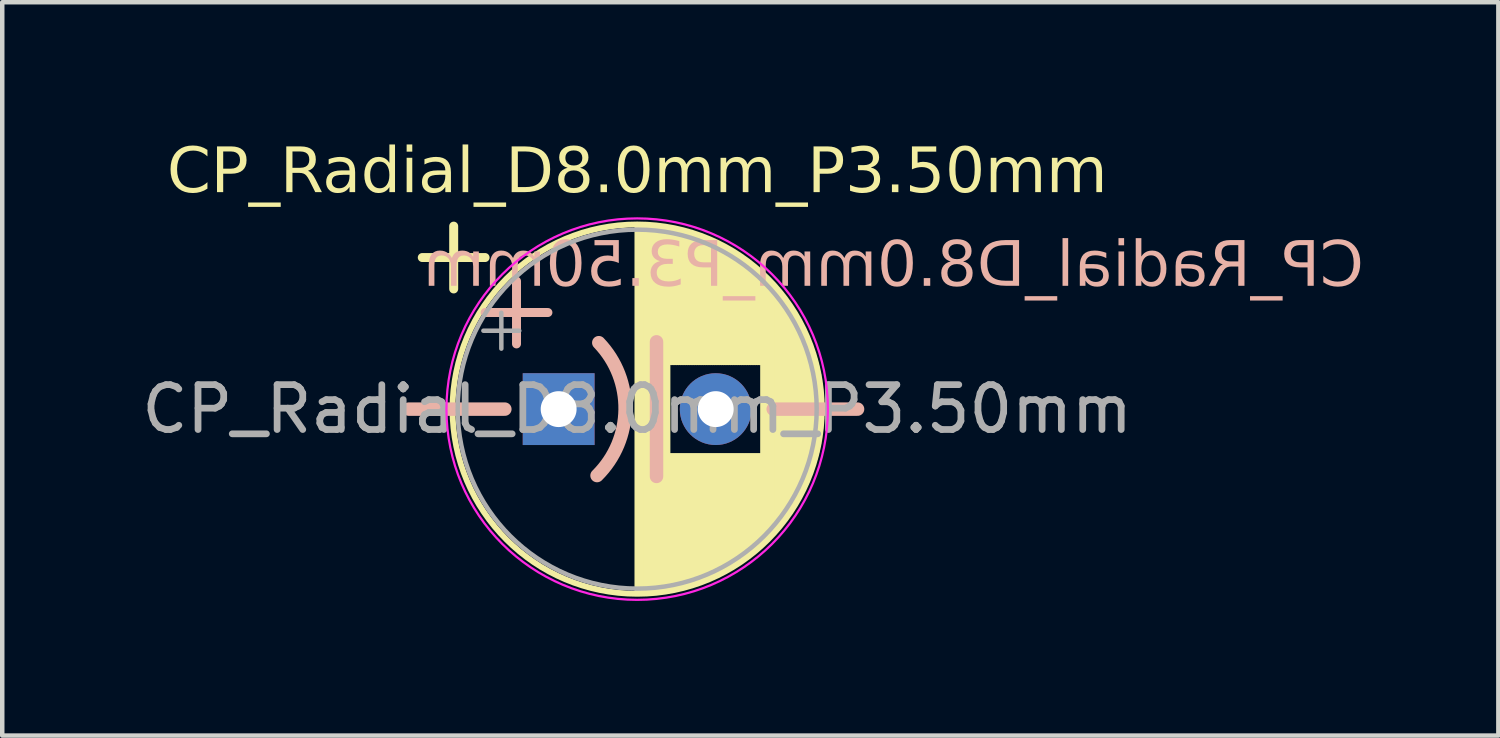
<source format=kicad_pcb>
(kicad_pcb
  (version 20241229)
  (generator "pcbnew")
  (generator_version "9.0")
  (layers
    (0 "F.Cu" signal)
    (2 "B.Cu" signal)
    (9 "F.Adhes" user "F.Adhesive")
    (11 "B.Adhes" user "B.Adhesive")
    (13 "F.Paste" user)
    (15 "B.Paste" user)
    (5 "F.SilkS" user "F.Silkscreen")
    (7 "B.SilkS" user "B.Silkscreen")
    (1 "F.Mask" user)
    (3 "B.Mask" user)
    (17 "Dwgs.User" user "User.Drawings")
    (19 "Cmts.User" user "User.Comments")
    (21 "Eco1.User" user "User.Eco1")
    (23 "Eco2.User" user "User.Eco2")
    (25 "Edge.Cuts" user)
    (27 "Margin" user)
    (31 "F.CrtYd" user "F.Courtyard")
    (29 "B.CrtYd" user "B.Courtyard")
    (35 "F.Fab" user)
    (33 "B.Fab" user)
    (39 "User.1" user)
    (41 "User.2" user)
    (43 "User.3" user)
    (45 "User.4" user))
  (footprint "CP_Radial_D8.0mm_P3.50mm"
    (layer "F.Cu")
    (at 11.06 5.989)
    (property "Reference" "CP_Radial_D8.0mm_P3.50mm" (at 0.089 -5.172 0) (layer "F.SilkS") (effects (font (face "Open Sans") (size 1 1) (thickness 0.125))))
    (attr through_hole)
    (fp_line (start -4.7 -3.3) (end -3.3 -3.3) (stroke (width 0.2) (type solid)) (layer "F.SilkS"))
    (fp_line (start -4 -4) (end -4 -2.6) (stroke (width 0.2) (type solid)) (layer "F.SilkS"))
    (fp_line (start 0.089 -4.002) (end 0.089 4.158) (stroke (width 0.12) (type solid)) (layer "F.SilkS"))
    (fp_line (start 0.129 -4.002) (end 0.129 4.158) (stroke (width 0.12) (type solid)) (layer "F.SilkS"))
    (fp_line (start 0.169 -4.002) (end 0.169 4.158) (stroke (width 0.12) (type solid)) (layer "F.SilkS"))
    (fp_line (start 0.209 -4.001) (end 0.209 4.157) (stroke (width 0.12) (type solid)) (layer "F.SilkS"))
    (fp_line (start 0.249 -3.999) (end 0.249 4.155) (stroke (width 0.12) (type solid)) (layer "F.SilkS"))
    (fp_line (start 0.289 -3.998) (end 0.289 4.154) (stroke (width 0.12) (type solid)) (layer "F.SilkS"))
    (fp_line (start 0.329 -3.996) (end 0.329 4.152) (stroke (width 0.12) (type solid)) (layer "F.SilkS"))
    (fp_line (start 0.369 -3.993) (end 0.369 4.149) (stroke (width 0.12) (type solid)) (layer "F.SilkS"))
    (fp_line (start 0.409 -3.99) (end 0.409 4.146) (stroke (width 0.12) (type solid)) (layer "F.SilkS"))
    (fp_line (start 0.449 -3.987) (end 0.449 4.143) (stroke (width 0.12) (type solid)) (layer "F.SilkS"))
    (fp_line (start 0.489 -3.983) (end 0.489 4.139) (stroke (width 0.12) (type solid)) (layer "F.SilkS"))
    (fp_line (start 0.529 -3.979) (end 0.529 4.135) (stroke (width 0.12) (type solid)) (layer "F.SilkS"))
    (fp_line (start 0.569 -3.974) (end 0.569 4.13) (stroke (width 0.12) (type solid)) (layer "F.SilkS"))
    (fp_line (start 0.609 -3.97) (end 0.609 4.126) (stroke (width 0.12) (type solid)) (layer "F.SilkS"))
    (fp_line (start 0.649 -3.964) (end 0.649 4.12) (stroke (width 0.12) (type solid)) (layer "F.SilkS"))
    (fp_line (start 0.689 -3.959) (end 0.689 4.115) (stroke (width 0.12) (type solid)) (layer "F.SilkS"))
    (fp_line (start 0.729 -3.952) (end 0.729 4.108) (stroke (width 0.12) (type solid)) (layer "F.SilkS"))
    (fp_line (start 0.769 -3.946) (end 0.769 4.102) (stroke (width 0.12) (type solid)) (layer "F.SilkS"))
    (fp_line (start 0.81 -3.939) (end 0.81 -0.962) (stroke (width 0.12) (type solid)) (layer "F.SilkS"))
    (fp_line (start 0.81 1.118) (end 0.81 4.095) (stroke (width 0.12) (type solid)) (layer "F.SilkS"))
    (fp_line (start 0.85 -3.932) (end 0.85 -0.962) (stroke (width 0.12) (type solid)) (layer "F.SilkS"))
    (fp_line (start 0.85 1.118) (end 0.85 4.088) (stroke (width 0.12) (type solid)) (layer "F.SilkS"))
    (fp_line (start 0.89 -3.924) (end 0.89 -0.962) (stroke (width 0.12) (type solid)) (layer "F.SilkS"))
    (fp_line (start 0.89 1.118) (end 0.89 4.08) (stroke (width 0.12) (type solid)) (layer "F.SilkS"))
    (fp_line (start 0.93 -3.916) (end 0.93 -0.962) (stroke (width 0.12) (type solid)) (layer "F.SilkS"))
    (fp_line (start 0.93 1.118) (end 0.93 4.072) (stroke (width 0.12) (type solid)) (layer "F.SilkS"))
    (fp_line (start 0.97 -3.907) (end 0.97 -0.962) (stroke (width 0.12) (type solid)) (layer "F.SilkS"))
    (fp_line (start 0.97 1.118) (end 0.97 4.063) (stroke (width 0.12) (type solid)) (layer "F.SilkS"))
    (fp_line (start 1.01 -3.898) (end 1.01 -0.962) (stroke (width 0.12) (type solid)) (layer "F.SilkS"))
    (fp_line (start 1.01 1.118) (end 1.01 4.054) (stroke (width 0.12) (type solid)) (layer "F.SilkS"))
    (fp_line (start 1.05 -3.889) (end 1.05 -0.962) (stroke (width 0.12) (type solid)) (layer "F.SilkS"))
    (fp_line (start 1.05 1.118) (end 1.05 4.045) (stroke (width 0.12) (type solid)) (layer "F.SilkS"))
    (fp_line (start 1.09 -3.879) (end 1.09 -0.962) (stroke (width 0.12) (type solid)) (layer "F.SilkS"))
    (fp_line (start 1.09 1.118) (end 1.09 4.035) (stroke (width 0.12) (type solid)) (layer "F.SilkS"))
    (fp_line (start 1.13 -3.869) (end 1.13 -0.962) (stroke (width 0.12) (type solid)) (layer "F.SilkS"))
    (fp_line (start 1.13 1.118) (end 1.13 4.025) (stroke (width 0.12) (type solid)) (layer "F.SilkS"))
    (fp_line (start 1.17 -3.858) (end 1.17 -0.962) (stroke (width 0.12) (type solid)) (layer "F.SilkS"))
    (fp_line (start 1.17 1.118) (end 1.17 4.014) (stroke (width 0.12) (type solid)) (layer "F.SilkS"))
    (fp_line (start 1.21 -3.847) (end 1.21 -0.962) (stroke (width 0.12) (type solid)) (layer "F.SilkS"))
    (fp_line (start 1.21 1.118) (end 1.21 4.003) (stroke (width 0.12) (type solid)) (layer "F.SilkS"))
    (fp_line (start 1.25 -3.836) (end 1.25 -0.962) (stroke (width 0.12) (type solid)) (layer "F.SilkS"))
    (fp_line (start 1.25 1.118) (end 1.25 3.992) (stroke (width 0.12) (type solid)) (layer "F.SilkS"))
    (fp_line (start 1.29 -3.824) (end 1.29 -0.962) (stroke (width 0.12) (type solid)) (layer "F.SilkS"))
    (fp_line (start 1.29 1.118) (end 1.29 3.98) (stroke (width 0.12) (type solid)) (layer "F.SilkS"))
    (fp_line (start 1.33 -3.811) (end 1.33 -0.962) (stroke (width 0.12) (type solid)) (layer "F.SilkS"))
    (fp_line (start 1.33 1.118) (end 1.33 3.967) (stroke (width 0.12) (type solid)) (layer "F.SilkS"))
    (fp_line (start 1.37 -3.799) (end 1.37 -0.962) (stroke (width 0.12) (type solid)) (layer "F.SilkS"))
    (fp_line (start 1.37 1.118) (end 1.37 3.955) (stroke (width 0.12) (type solid)) (layer "F.SilkS"))
    (fp_line (start 1.41 -3.785) (end 1.41 -0.962) (stroke (width 0.12) (type solid)) (layer "F.SilkS"))
    (fp_line (start 1.41 1.118) (end 1.41 3.941) (stroke (width 0.12) (type solid)) (layer "F.SilkS"))
    (fp_line (start 1.45 -3.772) (end 1.45 -0.962) (stroke (width 0.12) (type solid)) (layer "F.SilkS"))
    (fp_line (start 1.45 1.118) (end 1.45 3.928) (stroke (width 0.12) (type solid)) (layer "F.SilkS"))
    (fp_line (start 1.49 -3.757) (end 1.49 -0.962) (stroke (width 0.12) (type solid)) (layer "F.SilkS"))
    (fp_line (start 1.49 1.118) (end 1.49 3.913) (stroke (width 0.12) (type solid)) (layer "F.SilkS"))
    (fp_line (start 1.53 -3.743) (end 1.53 -0.962) (stroke (width 0.12) (type solid)) (layer "F.SilkS"))
    (fp_line (start 1.53 1.118) (end 1.53 3.899) (stroke (width 0.12) (type solid)) (layer "F.SilkS"))
    (fp_line (start 1.57 -3.727) (end 1.57 -0.962) (stroke (width 0.12) (type solid)) (layer "F.SilkS"))
    (fp_line (start 1.57 1.118) (end 1.57 3.883) (stroke (width 0.12) (type solid)) (layer "F.SilkS"))
    (fp_line (start 1.61 -3.712) (end 1.61 -0.962) (stroke (width 0.12) (type solid)) (layer "F.SilkS"))
    (fp_line (start 1.61 1.118) (end 1.61 3.868) (stroke (width 0.12) (type solid)) (layer "F.SilkS"))
    (fp_line (start 1.65 -3.696) (end 1.65 -0.962) (stroke (width 0.12) (type solid)) (layer "F.SilkS"))
    (fp_line (start 1.65 1.118) (end 1.65 3.852) (stroke (width 0.12) (type solid)) (layer "F.SilkS"))
    (fp_line (start 1.69 -3.679) (end 1.69 -0.962) (stroke (width 0.12) (type solid)) (layer "F.SilkS"))
    (fp_line (start 1.69 1.118) (end 1.69 3.835) (stroke (width 0.12) (type solid)) (layer "F.SilkS"))
    (fp_line (start 1.73 -3.662) (end 1.73 -0.962) (stroke (width 0.12) (type solid)) (layer "F.SilkS"))
    (fp_line (start 1.73 1.118) (end 1.73 3.818) (stroke (width 0.12) (type solid)) (layer "F.SilkS"))
    (fp_line (start 1.77 -3.644) (end 1.77 -0.962) (stroke (width 0.12) (type solid)) (layer "F.SilkS"))
    (fp_line (start 1.77 1.118) (end 1.77 3.8) (stroke (width 0.12) (type solid)) (layer "F.SilkS"))
    (fp_line (start 1.81 -3.626) (end 1.81 -0.962) (stroke (width 0.12) (type solid)) (layer "F.SilkS"))
    (fp_line (start 1.81 1.118) (end 1.81 3.782) (stroke (width 0.12) (type solid)) (layer "F.SilkS"))
    (fp_line (start 1.85 -3.608) (end 1.85 -0.962) (stroke (width 0.12) (type solid)) (layer "F.SilkS"))
    (fp_line (start 1.85 1.118) (end 1.85 3.764) (stroke (width 0.12) (type solid)) (layer "F.SilkS"))
    (fp_line (start 1.89 -3.588) (end 1.89 -0.962) (stroke (width 0.12) (type solid)) (layer "F.SilkS"))
    (fp_line (start 1.89 1.118) (end 1.89 3.744) (stroke (width 0.12) (type solid)) (layer "F.SilkS"))
    (fp_line (start 1.93 -3.569) (end 1.93 -0.962) (stroke (width 0.12) (type solid)) (layer "F.SilkS"))
    (fp_line (start 1.93 1.118) (end 1.93 3.725) (stroke (width 0.12) (type solid)) (layer "F.SilkS"))
    (fp_line (start 1.97 -3.549) (end 1.97 -0.962) (stroke (width 0.12) (type solid)) (layer "F.SilkS"))
    (fp_line (start 1.97 1.118) (end 1.97 3.705) (stroke (width 0.12) (type solid)) (layer "F.SilkS"))
    (fp_line (start 2.01 -3.528) (end 2.01 -0.962) (stroke (width 0.12) (type solid)) (layer "F.SilkS"))
    (fp_line (start 2.01 1.118) (end 2.01 3.684) (stroke (width 0.12) (type solid)) (layer "F.SilkS"))
    (fp_line (start 2.05 -3.506) (end 2.05 -0.962) (stroke (width 0.12) (type solid)) (layer "F.SilkS"))
    (fp_line (start 2.05 1.118) (end 2.05 3.662) (stroke (width 0.12) (type solid)) (layer "F.SilkS"))
    (fp_line (start 2.09 -3.484) (end 2.09 -0.962) (stroke (width 0.12) (type solid)) (layer "F.SilkS"))
    (fp_line (start 2.09 1.118) (end 2.09 3.64) (stroke (width 0.12) (type solid)) (layer "F.SilkS"))
    (fp_line (start 2.13 -3.462) (end 2.13 -0.962) (stroke (width 0.12) (type solid)) (layer "F.SilkS"))
    (fp_line (start 2.13 1.118) (end 2.13 3.618) (stroke (width 0.12) (type solid)) (layer "F.SilkS"))
    (fp_line (start 2.17 -3.439) (end 2.17 -0.962) (stroke (width 0.12) (type solid)) (layer "F.SilkS"))
    (fp_line (start 2.17 1.118) (end 2.17 3.595) (stroke (width 0.12) (type solid)) (layer "F.SilkS"))
    (fp_line (start 2.21 -3.415) (end 2.21 -0.962) (stroke (width 0.12) (type solid)) (layer "F.SilkS"))
    (fp_line (start 2.21 1.118) (end 2.21 3.571) (stroke (width 0.12) (type solid)) (layer "F.SilkS"))
    (fp_line (start 2.25 -3.391) (end 2.25 -0.962) (stroke (width 0.12) (type solid)) (layer "F.SilkS"))
    (fp_line (start 2.25 1.118) (end 2.25 3.547) (stroke (width 0.12) (type solid)) (layer "F.SilkS"))
    (fp_line (start 2.29 -3.366) (end 2.29 -0.962) (stroke (width 0.12) (type solid)) (layer "F.SilkS"))
    (fp_line (start 2.29 1.118) (end 2.29 3.522) (stroke (width 0.12) (type solid)) (layer "F.SilkS"))
    (fp_line (start 2.33 -3.34) (end 2.33 -0.962) (stroke (width 0.12) (type solid)) (layer "F.SilkS"))
    (fp_line (start 2.33 1.118) (end 2.33 3.496) (stroke (width 0.12) (type solid)) (layer "F.SilkS"))
    (fp_line (start 2.37 -3.314) (end 2.37 -0.962) (stroke (width 0.12) (type solid)) (layer "F.SilkS"))
    (fp_line (start 2.37 1.118) (end 2.37 3.47) (stroke (width 0.12) (type solid)) (layer "F.SilkS"))
    (fp_line (start 2.41 -3.287) (end 2.41 -0.962) (stroke (width 0.12) (type solid)) (layer "F.SilkS"))
    (fp_line (start 2.41 1.118) (end 2.41 3.443) (stroke (width 0.12) (type solid)) (layer "F.SilkS"))
    (fp_line (start 2.45 -3.26) (end 2.45 -0.962) (stroke (width 0.12) (type solid)) (layer "F.SilkS"))
    (fp_line (start 2.45 1.118) (end 2.45 3.416) (stroke (width 0.12) (type solid)) (layer "F.SilkS"))
    (fp_line (start 2.49 -3.231) (end 2.49 -0.962) (stroke (width 0.12) (type solid)) (layer "F.SilkS"))
    (fp_line (start 2.49 1.118) (end 2.49 3.387) (stroke (width 0.12) (type solid)) (layer "F.SilkS"))
    (fp_line (start 2.53 -3.202) (end 2.53 -0.962) (stroke (width 0.12) (type solid)) (layer "F.SilkS"))
    (fp_line (start 2.53 1.118) (end 2.53 3.358) (stroke (width 0.12) (type solid)) (layer "F.SilkS"))
    (fp_line (start 2.57 -3.172) (end 2.57 -0.962) (stroke (width 0.12) (type solid)) (layer "F.SilkS"))
    (fp_line (start 2.57 1.118) (end 2.57 3.328) (stroke (width 0.12) (type solid)) (layer "F.SilkS"))
    (fp_line (start 2.61 -3.142) (end 2.61 -0.962) (stroke (width 0.12) (type solid)) (layer "F.SilkS"))
    (fp_line (start 2.61 1.118) (end 2.61 3.298) (stroke (width 0.12) (type solid)) (layer "F.SilkS"))
    (fp_line (start 2.65 -3.111) (end 2.65 -0.962) (stroke (width 0.12) (type solid)) (layer "F.SilkS"))
    (fp_line (start 2.65 1.118) (end 2.65 3.267) (stroke (width 0.12) (type solid)) (layer "F.SilkS"))
    (fp_line (start 2.69 -3.078) (end 2.69 -0.962) (stroke (width 0.12) (type solid)) (layer "F.SilkS"))
    (fp_line (start 2.69 1.118) (end 2.69 3.234) (stroke (width 0.12) (type solid)) (layer "F.SilkS"))
    (fp_line (start 2.73 -3.046) (end 2.73 -0.962) (stroke (width 0.12) (type solid)) (layer "F.SilkS"))
    (fp_line (start 2.73 1.118) (end 2.73 3.202) (stroke (width 0.12) (type solid)) (layer "F.SilkS"))
    (fp_line (start 2.77 -3.012) (end 2.77 -0.962) (stroke (width 0.12) (type solid)) (layer "F.SilkS"))
    (fp_line (start 2.77 1.118) (end 2.77 3.168) (stroke (width 0.12) (type solid)) (layer "F.SilkS"))
    (fp_line (start 2.81 -2.977) (end 2.81 -0.962) (stroke (width 0.12) (type solid)) (layer "F.SilkS"))
    (fp_line (start 2.81 1.118) (end 2.81 3.133) (stroke (width 0.12) (type solid)) (layer "F.SilkS"))
    (fp_line (start 2.85 -2.941) (end 2.85 -0.962) (stroke (width 0.12) (type solid)) (layer "F.SilkS"))
    (fp_line (start 2.85 1.118) (end 2.85 3.097) (stroke (width 0.12) (type solid)) (layer "F.SilkS"))
    (fp_line (start 2.89 -2.905) (end 2.89 3.061) (stroke (width 0.12) (type solid)) (layer "F.SilkS"))
    (fp_line (start 2.93 -2.867) (end 2.93 3.023) (stroke (width 0.12) (type solid)) (layer "F.SilkS"))
    (fp_line (start 2.97 -2.829) (end 2.97 2.985) (stroke (width 0.12) (type solid)) (layer "F.SilkS"))
    (fp_line (start 3.01 -2.789) (end 3.01 2.945) (stroke (width 0.12) (type solid)) (layer "F.SilkS"))
    (fp_line (start 3.05 -2.748) (end 3.05 2.904) (stroke (width 0.12) (type solid)) (layer "F.SilkS"))
    (fp_line (start 3.09 -2.706) (end 3.09 2.862) (stroke (width 0.12) (type solid)) (layer "F.SilkS"))
    (fp_line (start 3.13 -2.663) (end 3.13 2.819) (stroke (width 0.12) (type solid)) (layer "F.SilkS"))
    (fp_line (start 3.17 -2.619) (end 3.17 2.775) (stroke (width 0.12) (type solid)) (layer "F.SilkS"))
    (fp_line (start 3.21 -2.573) (end 3.21 2.729) (stroke (width 0.12) (type solid)) (layer "F.SilkS"))
    (fp_line (start 3.25 -2.526) (end 3.25 2.682) (stroke (width 0.12) (type solid)) (layer "F.SilkS"))
    (fp_line (start 3.29 -2.478) (end 3.29 2.634) (stroke (width 0.12) (type solid)) (layer "F.SilkS"))
    (fp_line (start 3.33 -2.427) (end 3.33 2.583) (stroke (width 0.12) (type solid)) (layer "F.SilkS"))
    (fp_line (start 3.37 -2.376) (end 3.37 2.532) (stroke (width 0.12) (type solid)) (layer "F.SilkS"))
    (fp_line (start 3.41 -2.322) (end 3.41 2.478) (stroke (width 0.12) (type solid)) (layer "F.SilkS"))
    (fp_line (start 3.45 -2.267) (end 3.45 2.423) (stroke (width 0.12) (type solid)) (layer "F.SilkS"))
    (fp_line (start 3.49 -2.209) (end 3.49 2.365) (stroke (width 0.12) (type solid)) (layer "F.SilkS"))
    (fp_line (start 3.53 -2.15) (end 3.53 2.306) (stroke (width 0.12) (type solid)) (layer "F.SilkS"))
    (fp_line (start 3.57 -2.088) (end 3.57 2.244) (stroke (width 0.12) (type solid)) (layer "F.SilkS"))
    (fp_line (start 3.61 -2.024) (end 3.61 2.18) (stroke (width 0.12) (type solid)) (layer "F.SilkS"))
    (fp_line (start 3.65 -1.956) (end 3.65 2.112) (stroke (width 0.12) (type solid)) (layer "F.SilkS"))
    (fp_line (start 3.69 -1.886) (end 3.69 2.042) (stroke (width 0.12) (type solid)) (layer "F.SilkS"))
    (fp_line (start 3.73 -1.812) (end 3.73 1.968) (stroke (width 0.12) (type solid)) (layer "F.SilkS"))
    (fp_line (start 3.77 -1.735) (end 3.77 1.891) (stroke (width 0.12) (type solid)) (layer "F.SilkS"))
    (fp_line (start 3.81 -1.653) (end 3.81 1.809) (stroke (width 0.12) (type solid)) (layer "F.SilkS"))
    (fp_line (start 3.85 -1.567) (end 3.85 1.723) (stroke (width 0.12) (type solid)) (layer "F.SilkS"))
    (fp_line (start 3.89 -1.474) (end 3.89 1.63) (stroke (width 0.12) (type solid)) (layer "F.SilkS"))
    (fp_line (start 3.93 -1.375) (end 3.93 1.531) (stroke (width 0.12) (type solid)) (layer "F.SilkS"))
    (fp_line (start 3.97 -1.268) (end 3.97 1.424) (stroke (width 0.12) (type solid)) (layer "F.SilkS"))
    (fp_line (start 4.01 -1.151) (end 4.01 1.307) (stroke (width 0.12) (type solid)) (layer "F.SilkS"))
    (fp_line (start 4.05 -1.02) (end 4.05 1.176) (stroke (width 0.12) (type solid)) (layer "F.SilkS"))
    (fp_line (start 4.09 -0.87) (end 4.09 1.026) (stroke (width 0.12) (type solid)) (layer "F.SilkS"))
    (fp_line (start 4.13 -0.69) (end 4.13 0.846) (stroke (width 0.12) (type solid)) (layer "F.SilkS"))
    (fp_line (start 4.17 -0.455) (end 4.17 0.611) (stroke (width 0.12) (type solid)) (layer "F.SilkS"))
    (fp_circle (center 0.089 0.078) (end 3.73 1.968) (stroke (width 0.1) (type default)) (fill no) (layer "F.SilkS"))
    (fp_circle (center 0.089 0.078) (end 4.209 0.078) (stroke (width 0.12) (type solid)) (fill no) (layer "F.SilkS"))
    (fp_line (start -5 0.078) (end -2.86 0.078) (stroke (width 0.3) (type default)) (layer "B.SilkS"))
    (fp_line (start -3.3 -2.075) (end -1.9 -2.075) (stroke (width 0.2) (type solid)) (layer "B.SilkS"))
    (fp_line (start -2.6 -2.775) (end -2.6 -1.375) (stroke (width 0.2) (type solid)) (layer "B.SilkS"))
    (fp_line (start 0.52 -1.422) (end 0.52 1.578) (stroke (width 0.3) (type default)) (layer "B.SilkS"))
    (fp_line (start 3.12 0.078) (end 5 0.078) (stroke (width 0.3) (type default)) (layer "B.SilkS"))
    (fp_arc (start -0.766408 -1.402372) (mid -0.179966 0.085959) (end -0.805297 1.558373) (stroke (width 0.3) (type default)) (layer "B.SilkS"))
    (fp_circle (center 0.089 0.078) (end 4.339 0.078) (stroke (width 0.05) (type solid)) (fill no) (layer "F.CrtYd"))
    (fp_line (start -3.338 -1.669) (end -2.538 -1.669) (stroke (width 0.1) (type solid)) (layer "F.Fab"))
    (fp_line (start -2.938 -2.07) (end -2.938 -1.27) (stroke (width 0.1) (type solid)) (layer "F.Fab"))
    (fp_circle (center 0.089 0.078) (end 4.089 0.078) (stroke (width 0.1) (type solid)) (fill no) (layer "F.Fab"))
    (fp_text user "${REFERENCE}" (at -4.675 -2.5 0) (unlocked yes) (layer "B.SilkS") (effects (font (face "Open Sans") (size 1 1) (thickness 0.1)) (justify right bottom mirror)))
    (fp_text user "${REFERENCE}" (at 0.089 0.078 0) (layer "F.Fab") (effects (font (size 1 1) (thickness 0.15))))
    (pad "1" thru_hole rect (at -1.661 0.078) (size 1.6 1.6) (drill 0.8) (layers "*.Cu" "*.Mask"))
    (pad "2" thru_hole circle (at 1.839 0.078) (size 1.6 1.6) (drill 0.8) (layers "*.Cu" "*.Mask")))
  (gr_rect
    (start -3 -3)
    (end 30.34 13.342)
    (stroke (width 0.1) (type default))
    (fill no)
    (layer "Edge.Cuts")))
</source>
